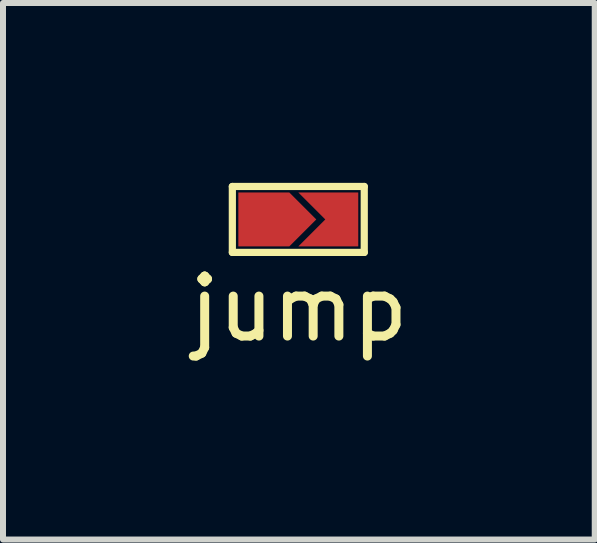
<source format=kicad_pcb>
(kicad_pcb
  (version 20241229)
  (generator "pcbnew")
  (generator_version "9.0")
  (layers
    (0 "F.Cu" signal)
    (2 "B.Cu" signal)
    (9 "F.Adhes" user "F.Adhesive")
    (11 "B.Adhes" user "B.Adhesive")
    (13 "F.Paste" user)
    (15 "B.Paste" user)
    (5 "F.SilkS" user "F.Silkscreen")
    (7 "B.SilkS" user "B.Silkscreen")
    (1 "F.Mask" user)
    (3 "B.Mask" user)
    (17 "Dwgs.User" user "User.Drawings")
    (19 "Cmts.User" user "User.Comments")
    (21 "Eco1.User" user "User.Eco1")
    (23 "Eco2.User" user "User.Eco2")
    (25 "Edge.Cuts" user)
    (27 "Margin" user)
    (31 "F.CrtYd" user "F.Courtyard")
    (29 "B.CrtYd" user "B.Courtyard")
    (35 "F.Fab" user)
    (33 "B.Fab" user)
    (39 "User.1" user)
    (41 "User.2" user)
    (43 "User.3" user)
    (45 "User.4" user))
  (footprint "jump"
    (layer "F.Cu")
    (at 1.175 0.61)
    (property "Reference" "jump" (at 0.76 1.49 0) (layer "F.SilkS") (effects (font (size 1 1) (thickness 0.15))))
    (attr through_hole)
    (fp_line (start -0.35 -0.55) (end 1.85 -0.55) (stroke (width 0.12) (type solid)) (layer "F.SilkS"))
    (fp_line (start -0.35 0.55) (end -0.35 -0.55) (stroke (width 0.12) (type solid)) (layer "F.SilkS"))
    (fp_line (start -0.35 0.55) (end 1.85 0.55) (stroke (width 0.12) (type solid)) (layer "F.SilkS"))
    (fp_line (start 1.85 0.55) (end 1.85 -0.55) (stroke (width 0.12) (type solid)) (layer "F.SilkS"))
    (pad "1" smd custom (at 0 0) (size 0.5 0.9) (layers "F.Cu" "F.Mask" "F.Paste") (options (anchor rect)) (primitives (gr_poly (pts (xy 0 -0.45) (xy 0.6 -0.45) (xy 1.05 0) (xy 0.6 0.45) (xy 0 0.45)) (width 0) (fill yes))))
    (pad "2" smd custom (at 1.5 0) (size 0.5 0.9) (layers "F.Cu" "F.Mask" "F.Paste") (options (anchor rect)) (primitives (gr_poly (pts (xy 0 -0.45) (xy -0.75 -0.45) (xy -0.3 0) (xy -0.75 0.45) (xy 0 0.45)) (width 0) (fill yes)))))
  (gr_rect
    (start -3 -3)
    (end 6.869 5.948)
    (stroke (width 0.1) (type default))
    (fill no)
    (layer "Edge.Cuts")))
</source>
